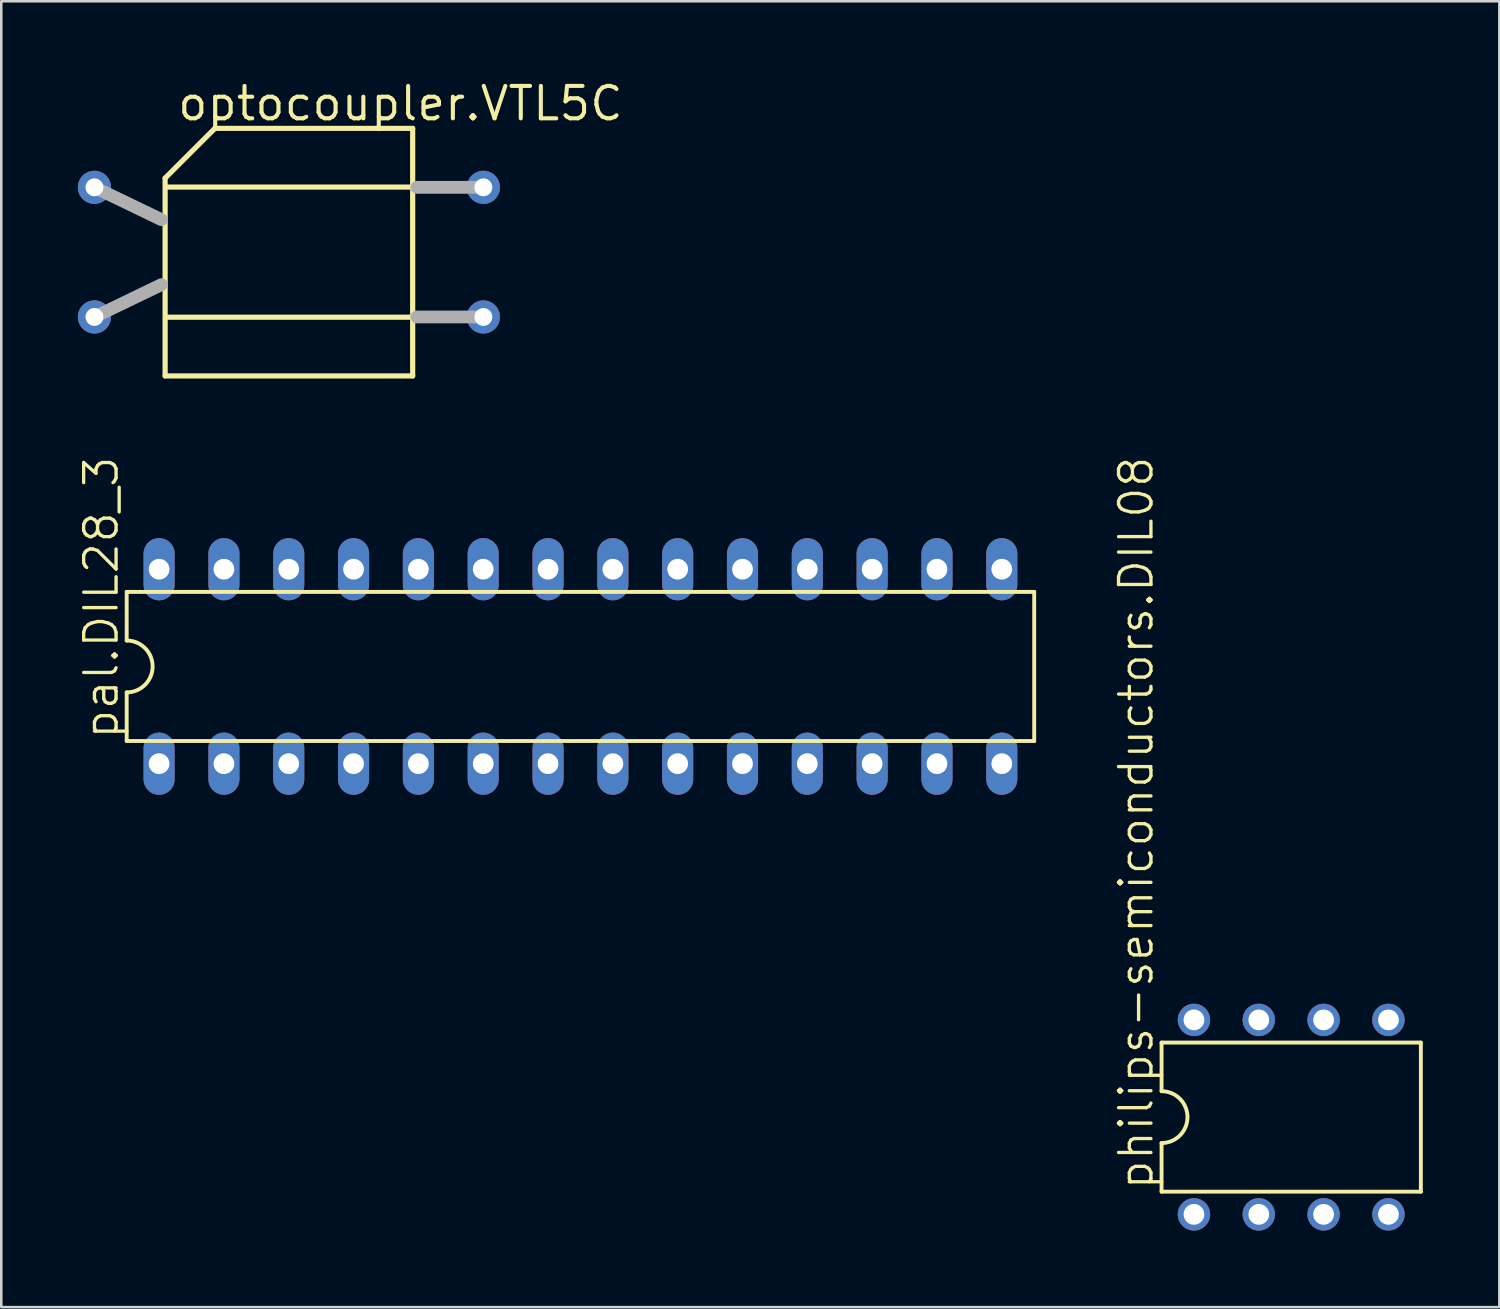
<source format=kicad_pcb>
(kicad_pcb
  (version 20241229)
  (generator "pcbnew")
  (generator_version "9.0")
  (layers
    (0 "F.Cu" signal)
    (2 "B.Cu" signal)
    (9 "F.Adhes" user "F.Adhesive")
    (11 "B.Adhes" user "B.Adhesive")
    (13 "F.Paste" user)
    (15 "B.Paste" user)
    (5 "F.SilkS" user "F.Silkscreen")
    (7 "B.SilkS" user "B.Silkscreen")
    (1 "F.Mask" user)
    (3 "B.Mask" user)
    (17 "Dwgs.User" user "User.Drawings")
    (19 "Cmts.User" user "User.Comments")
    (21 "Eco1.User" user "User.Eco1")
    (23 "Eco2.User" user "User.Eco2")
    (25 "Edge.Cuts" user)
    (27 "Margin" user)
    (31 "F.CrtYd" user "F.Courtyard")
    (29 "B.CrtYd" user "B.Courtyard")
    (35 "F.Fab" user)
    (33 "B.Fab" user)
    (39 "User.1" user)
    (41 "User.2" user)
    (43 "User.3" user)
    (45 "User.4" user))
  (footprint "pal.DIL28_3"
    (layer "F.Cu")
    (at 19.694 23.064)
    (property "Reference" "pal.DIL28_3" (at -18.034 2.921 90) (layer "F.SilkS") (effects (font (size 1.27 1.27) (thickness 0.13)) (justify left bottom)))
    (attr through_hole)
    (fp_line (start -17.78 -2.921) (end -17.78 -1.016) (stroke (width 0.152) (type default)) (layer "F.SilkS"))
    (fp_line (start -17.78 2.921) (end -17.78 1.016) (stroke (width 0.152) (type default)) (layer "F.SilkS"))
    (fp_line (start -17.78 2.921) (end 17.78 2.921) (stroke (width 0.152) (type default)) (layer "F.SilkS"))
    (fp_line (start 17.78 -2.921) (end -17.78 -2.921) (stroke (width 0.152) (type default)) (layer "F.SilkS"))
    (fp_line (start 17.78 -2.921) (end 17.78 2.921) (stroke (width 0.152) (type default)) (layer "F.SilkS"))
    (fp_arc (start -17.78 -1.016) (mid -16.764 0) (end -17.78 1.016) (stroke (width 0.1524) (type default)) (layer "F.SilkS"))
    (pad "1" thru_hole oval (at -16.51 3.81 90) (size 2.438 1.219) (drill 0.813) (layers "*.Cu" "*.Mask"))
    (pad "2" thru_hole oval (at -13.97 3.81 90) (size 2.438 1.219) (drill 0.813) (layers "*.Cu" "*.Mask"))
    (pad "3" thru_hole oval (at -11.43 3.81 90) (size 2.438 1.219) (drill 0.813) (layers "*.Cu" "*.Mask"))
    (pad "4" thru_hole oval (at -8.89 3.81 90) (size 2.438 1.219) (drill 0.813) (layers "*.Cu" "*.Mask"))
    (pad "5" thru_hole oval (at -6.35 3.81 90) (size 2.438 1.219) (drill 0.813) (layers "*.Cu" "*.Mask"))
    (pad "6" thru_hole oval (at -3.81 3.81 90) (size 2.438 1.219) (drill 0.813) (layers "*.Cu" "*.Mask"))
    (pad "7" thru_hole oval (at -1.27 3.81 90) (size 2.438 1.219) (drill 0.813) (layers "*.Cu" "*.Mask"))
    (pad "8" thru_hole oval (at 1.27 3.81 90) (size 2.438 1.219) (drill 0.813) (layers "*.Cu" "*.Mask"))
    (pad "9" thru_hole oval (at 3.81 3.81 90) (size 2.438 1.219) (drill 0.813) (layers "*.Cu" "*.Mask"))
    (pad "10" thru_hole oval (at 6.35 3.81 90) (size 2.438 1.219) (drill 0.813) (layers "*.Cu" "*.Mask"))
    (pad "11" thru_hole oval (at 8.89 3.81 90) (size 2.438 1.219) (drill 0.813) (layers "*.Cu" "*.Mask"))
    (pad "12" thru_hole oval (at 11.43 3.81 90) (size 2.438 1.219) (drill 0.813) (layers "*.Cu" "*.Mask"))
    (pad "13" thru_hole oval (at 13.97 3.81 90) (size 2.438 1.219) (drill 0.813) (layers "*.Cu" "*.Mask"))
    (pad "14" thru_hole oval (at 16.51 3.81 90) (size 2.438 1.219) (drill 0.813) (layers "*.Cu" "*.Mask"))
    (pad "15" thru_hole oval (at 16.51 -3.81 90) (size 2.438 1.219) (drill 0.813) (layers "*.Cu" "*.Mask"))
    (pad "16" thru_hole oval (at 13.97 -3.81 90) (size 2.438 1.219) (drill 0.813) (layers "*.Cu" "*.Mask"))
    (pad "17" thru_hole oval (at 11.43 -3.81 90) (size 2.438 1.219) (drill 0.813) (layers "*.Cu" "*.Mask"))
    (pad "18" thru_hole oval (at 8.89 -3.81 90) (size 2.438 1.219) (drill 0.813) (layers "*.Cu" "*.Mask"))
    (pad "19" thru_hole oval (at 6.35 -3.81 90) (size 2.438 1.219) (drill 0.813) (layers "*.Cu" "*.Mask"))
    (pad "20" thru_hole oval (at 3.81 -3.81 90) (size 2.438 1.219) (drill 0.813) (layers "*.Cu" "*.Mask"))
    (pad "21" thru_hole oval (at 1.27 -3.81 90) (size 2.438 1.219) (drill 0.813) (layers "*.Cu" "*.Mask"))
    (pad "22" thru_hole oval (at -1.27 -3.81 90) (size 2.438 1.219) (drill 0.813) (layers "*.Cu" "*.Mask"))
    (pad "23" thru_hole oval (at -3.81 -3.81 90) (size 2.438 1.219) (drill 0.813) (layers "*.Cu" "*.Mask"))
    (pad "24" thru_hole oval (at -6.35 -3.81 90) (size 2.438 1.219) (drill 0.813) (layers "*.Cu" "*.Mask"))
    (pad "25" thru_hole oval (at -8.89 -3.81 90) (size 2.438 1.219) (drill 0.813) (layers "*.Cu" "*.Mask"))
    (pad "26" thru_hole oval (at -11.43 -3.81 90) (size 2.438 1.219) (drill 0.813) (layers "*.Cu" "*.Mask"))
    (pad "27" thru_hole oval (at -13.97 -3.81 90) (size 2.438 1.219) (drill 0.813) (layers "*.Cu" "*.Mask"))
    (pad "28" thru_hole oval (at -16.51 -3.81 90) (size 2.438 1.219) (drill 0.813) (layers "*.Cu" "*.Mask")))
  (footprint "philips-semiconductors.DIL08"
    (layer "F.Cu")
    (at 47.544 40.723)
    (property "Reference" "philips-semiconductors.DIL08" (at -5.334 2.921 90) (layer "F.SilkS") (effects (font (size 1.27 1.27) (thickness 0.13)) (justify left bottom)))
    (attr through_hole)
    (fp_line (start -5.08 -2.921) (end -5.08 -1.016) (stroke (width 0.152) (type default)) (layer "F.SilkS"))
    (fp_line (start -5.08 2.921) (end -5.08 1.016) (stroke (width 0.152) (type default)) (layer "F.SilkS"))
    (fp_line (start -5.08 2.921) (end 5.08 2.921) (stroke (width 0.152) (type default)) (layer "F.SilkS"))
    (fp_line (start 5.08 -2.921) (end -5.08 -2.921) (stroke (width 0.152) (type default)) (layer "F.SilkS"))
    (fp_line (start 5.08 -2.921) (end 5.08 2.921) (stroke (width 0.152) (type default)) (layer "F.SilkS"))
    (fp_arc (start -5.08 -1.016) (mid -4.064 0) (end -5.08 1.016) (stroke (width 0.1524) (type default)) (layer "F.SilkS"))
    (pad "1" thru_hole circle (at -3.81 3.81 90) (size 1.27 1.27) (drill 0.813) (layers "*.Cu" "*.Mask"))
    (pad "2" thru_hole circle (at -1.27 3.81 90) (size 1.27 1.27) (drill 0.813) (layers "*.Cu" "*.Mask"))
    (pad "3" thru_hole circle (at 1.27 3.81 90) (size 1.27 1.27) (drill 0.813) (layers "*.Cu" "*.Mask"))
    (pad "4" thru_hole circle (at 3.81 3.81 90) (size 1.27 1.27) (drill 0.813) (layers "*.Cu" "*.Mask"))
    (pad "5" thru_hole circle (at 3.81 -3.81 90) (size 1.27 1.27) (drill 0.813) (layers "*.Cu" "*.Mask"))
    (pad "6" thru_hole circle (at 1.27 -3.81 90) (size 1.27 1.27) (drill 0.813) (layers "*.Cu" "*.Mask"))
    (pad "7" thru_hole circle (at -1.27 -3.81 90) (size 1.27 1.27) (drill 0.813) (layers "*.Cu" "*.Mask"))
    (pad "8" thru_hole circle (at -3.81 -3.81 90) (size 1.27 1.27) (drill 0.813) (layers "*.Cu" "*.Mask")))
  (footprint "optocoupler.VTL5C"
    (layer "F.Cu")
    (at 8.27 6.83)
    (property "Reference" "optocoupler.VTL5C" (at -4.445 -5.08 0) (layer "F.SilkS") (effects (font (size 1.27 1.27) (thickness 0.16)) (justify left bottom)))
    (attr through_hole)
    (fp_line (start -4.85 -2.9) (end -2.9 -4.85) (stroke (width 0.203) (type default)) (layer "F.SilkS"))
    (fp_line (start -4.85 4.85) (end -4.85 -2.9) (stroke (width 0.203) (type default)) (layer "F.SilkS"))
    (fp_line (start -4.75 -2.55) (end 4.75 -2.55) (stroke (width 0.203) (type default)) (layer "F.SilkS"))
    (fp_line (start -2.9 -4.85) (end 4.85 -4.85) (stroke (width 0.203) (type default)) (layer "F.SilkS"))
    (fp_line (start 4.75 2.55) (end -4.75 2.55) (stroke (width 0.203) (type default)) (layer "F.SilkS"))
    (fp_line (start 4.85 -4.85) (end 4.85 4.85) (stroke (width 0.203) (type default)) (layer "F.SilkS"))
    (fp_line (start 4.85 4.85) (end -4.85 4.85) (stroke (width 0.203) (type default)) (layer "F.SilkS"))
    (fp_line (start -7.62 -2.54) (end -5 -1.275) (stroke (width 0.5) (type default)) (layer "F.Fab"))
    (fp_line (start -7.62 2.54) (end -5 1.275) (stroke (width 0.5) (type default)) (layer "F.Fab"))
    (fp_line (start 7.62 -2.54) (end 5.01 -2.54) (stroke (width 0.5) (type default)) (layer "F.Fab"))
    (fp_line (start 7.62 2.54) (end 5.01 2.54) (stroke (width 0.5) (type default)) (layer "F.Fab"))
    (pad "1" thru_hole circle (at -7.62 -2.54) (size 1.3 1.3) (drill 0.7) (layers "*.Cu" "*.Mask"))
    (pad "2" thru_hole circle (at -7.62 2.54) (size 1.3 1.3) (drill 0.7) (layers "*.Cu" "*.Mask"))
    (pad "3" thru_hole circle (at 7.62 -2.54) (size 1.3 1.3) (drill 0.7) (layers "*.Cu" "*.Mask"))
    (pad "4" thru_hole circle (at 7.62 2.54) (size 1.3 1.3) (drill 0.7) (layers "*.Cu" "*.Mask")))
  (gr_rect
    (start -3 -3)
    (end 55.7 48.168)
    (stroke (width 0.1) (type default))
    (fill no)
    (layer "Edge.Cuts")))
</source>
